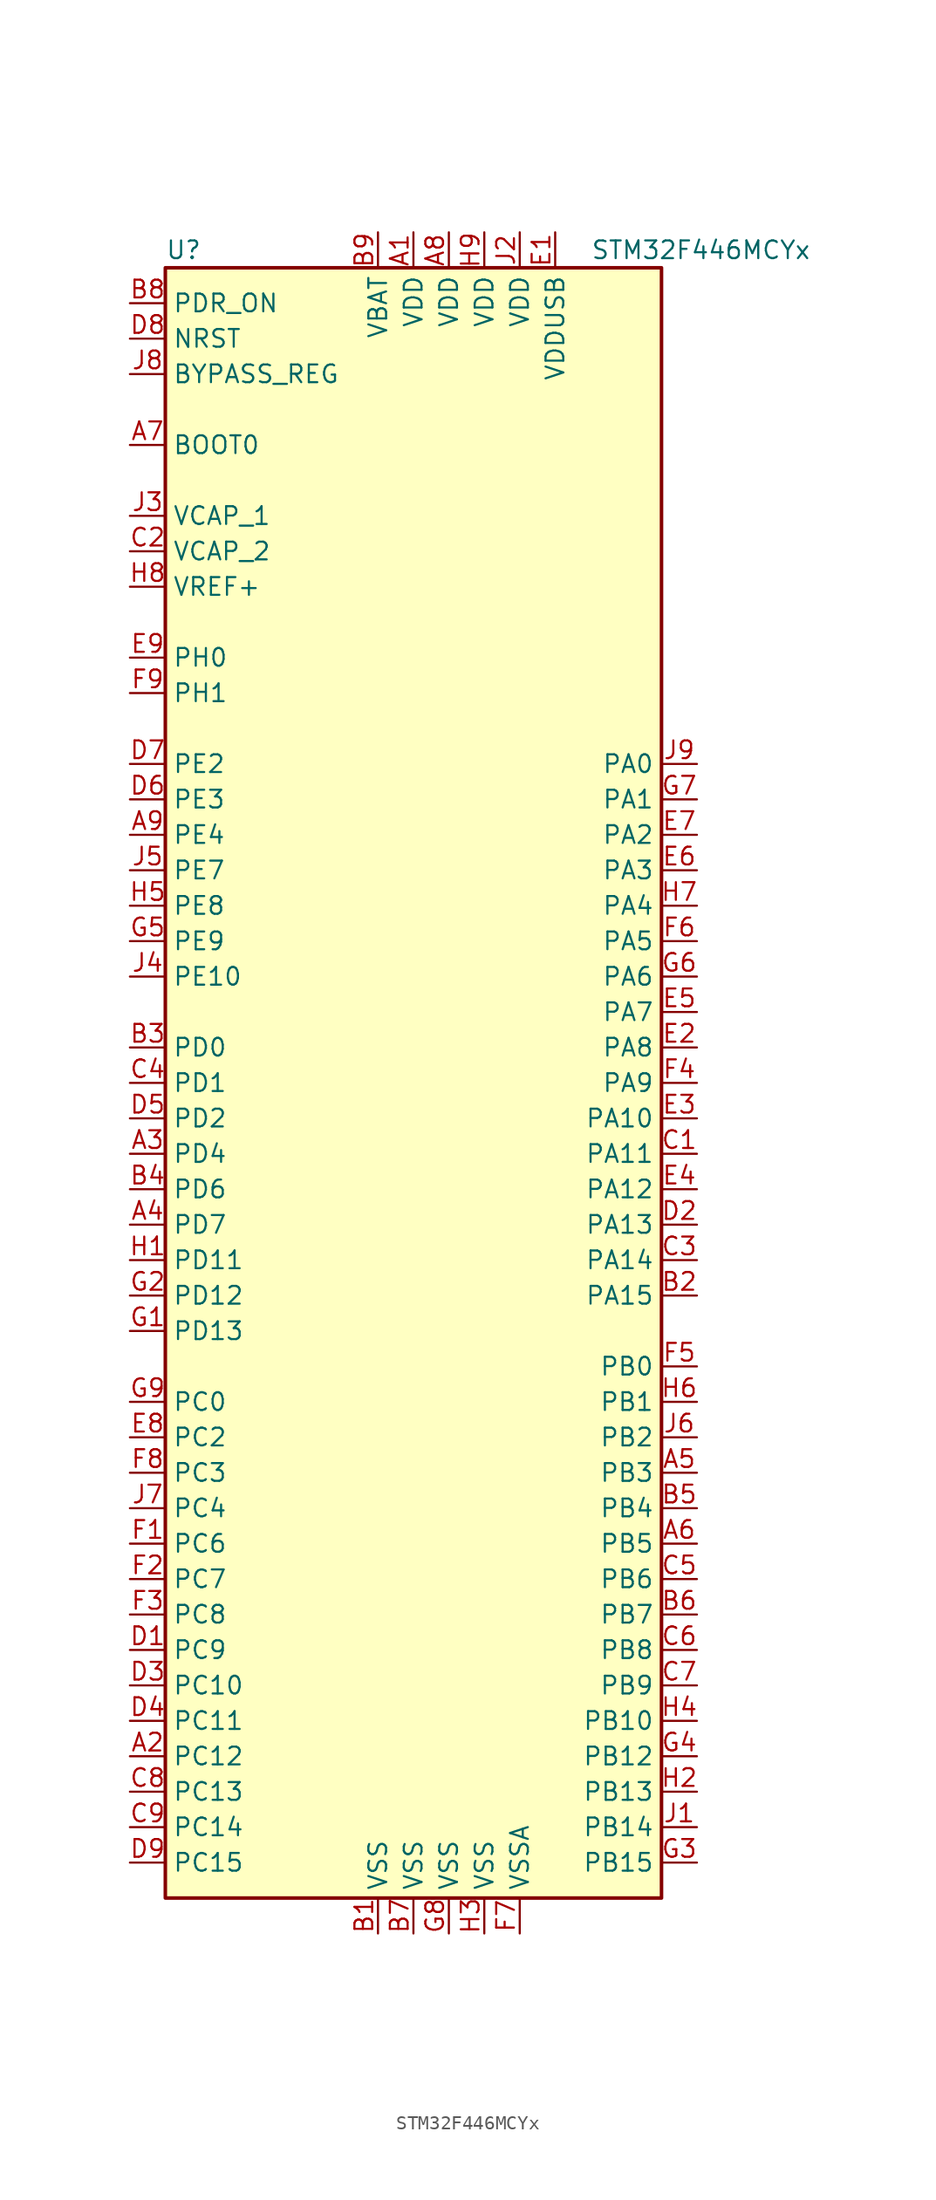
<source format=kicad_sym>
(kicad_symbol_lib
  (version 20201005)
  (generator kicad_symbol_editor)
  (symbol "STM32F446MCYx"
    (property "Reference" "U"
      (at -17.78 59.69 0)
      (effects (font (size 1.27 1.27)) (justify left)))
    (property "Value" "STM32F446MCYx"
      (at 12.7 59.69 0)
      (effects (font (size 1.27 1.27)) (justify left)))
    (symbol "STM32F446MCYx_0_1"
      (rectangle (start -17.78 -58.42) (end 17.78 58.42) (stroke (width 0.254)) (fill (type background))))
    (symbol "STM32F446MCYx_1_1"
      (pin input line (at -20.32 45.72 0) (length 2.54) (name "BOOT0" (effects (font (size 1.27 1.27)))) (number "A7" (effects (font (size 1.27 1.27)))))
      (pin input line (at -20.32 50.8 0) (length 2.54) (name "BYPASS_REG" (effects (font (size 1.27 1.27)))) (number "J8" (effects (font (size 1.27 1.27)))))
      (pin input line (at -20.32 53.34 0) (length 2.54) (name "NRST" (effects (font (size 1.27 1.27)))) (number "D8" (effects (font (size 1.27 1.27)))))
      (pin bidirectional line (at 20.32 22.86 180) (length 2.54) (name "PA0" (effects (font (size 1.27 1.27)))) (number "J9" (effects (font (size 1.27 1.27)))))
      (pin bidirectional line (at 20.32 20.32 180) (length 2.54) (name "PA1" (effects (font (size 1.27 1.27)))) (number "G7" (effects (font (size 1.27 1.27)))))
      (pin bidirectional line (at 20.32 -2.54 180) (length 2.54) (name "PA10" (effects (font (size 1.27 1.27)))) (number "E3" (effects (font (size 1.27 1.27)))))
      (pin bidirectional line (at 20.32 -5.08 180) (length 2.54) (name "PA11" (effects (font (size 1.27 1.27)))) (number "C1" (effects (font (size 1.27 1.27)))))
      (pin bidirectional line (at 20.32 -7.62 180) (length 2.54) (name "PA12" (effects (font (size 1.27 1.27)))) (number "E4" (effects (font (size 1.27 1.27)))))
      (pin bidirectional line (at 20.32 -10.16 180) (length 2.54) (name "PA13" (effects (font (size 1.27 1.27)))) (number "D2" (effects (font (size 1.27 1.27)))))
      (pin bidirectional line (at 20.32 -12.7 180) (length 2.54) (name "PA14" (effects (font (size 1.27 1.27)))) (number "C3" (effects (font (size 1.27 1.27)))))
      (pin bidirectional line (at 20.32 -15.24 180) (length 2.54) (name "PA15" (effects (font (size 1.27 1.27)))) (number "B2" (effects (font (size 1.27 1.27)))))
      (pin bidirectional line (at 20.32 17.78 180) (length 2.54) (name "PA2" (effects (font (size 1.27 1.27)))) (number "E7" (effects (font (size 1.27 1.27)))))
      (pin bidirectional line (at 20.32 15.24 180) (length 2.54) (name "PA3" (effects (font (size 1.27 1.27)))) (number "E6" (effects (font (size 1.27 1.27)))))
      (pin bidirectional line (at 20.32 12.7 180) (length 2.54) (name "PA4" (effects (font (size 1.27 1.27)))) (number "H7" (effects (font (size 1.27 1.27)))))
      (pin bidirectional line (at 20.32 10.16 180) (length 2.54) (name "PA5" (effects (font (size 1.27 1.27)))) (number "F6" (effects (font (size 1.27 1.27)))))
      (pin bidirectional line (at 20.32 7.62 180) (length 2.54) (name "PA6" (effects (font (size 1.27 1.27)))) (number "G6" (effects (font (size 1.27 1.27)))))
      (pin bidirectional line (at 20.32 5.08 180) (length 2.54) (name "PA7" (effects (font (size 1.27 1.27)))) (number "E5" (effects (font (size 1.27 1.27)))))
      (pin bidirectional line (at 20.32 2.54 180) (length 2.54) (name "PA8" (effects (font (size 1.27 1.27)))) (number "E2" (effects (font (size 1.27 1.27)))))
      (pin bidirectional line (at 20.32 0 180) (length 2.54) (name "PA9" (effects (font (size 1.27 1.27)))) (number "F4" (effects (font (size 1.27 1.27)))))
      (pin bidirectional line (at 20.32 -20.32 180) (length 2.54) (name "PB0" (effects (font (size 1.27 1.27)))) (number "F5" (effects (font (size 1.27 1.27)))))
      (pin bidirectional line (at 20.32 -22.86 180) (length 2.54) (name "PB1" (effects (font (size 1.27 1.27)))) (number "H6" (effects (font (size 1.27 1.27)))))
      (pin bidirectional line (at 20.32 -45.72 180) (length 2.54) (name "PB10" (effects (font (size 1.27 1.27)))) (number "H4" (effects (font (size 1.27 1.27)))))
      (pin bidirectional line (at 20.32 -48.26 180) (length 2.54) (name "PB12" (effects (font (size 1.27 1.27)))) (number "G4" (effects (font (size 1.27 1.27)))))
      (pin bidirectional line (at 20.32 -50.8 180) (length 2.54) (name "PB13" (effects (font (size 1.27 1.27)))) (number "H2" (effects (font (size 1.27 1.27)))))
      (pin bidirectional line (at 20.32 -53.34 180) (length 2.54) (name "PB14" (effects (font (size 1.27 1.27)))) (number "J1" (effects (font (size 1.27 1.27)))))
      (pin bidirectional line (at 20.32 -55.88 180) (length 2.54) (name "PB15" (effects (font (size 1.27 1.27)))) (number "G3" (effects (font (size 1.27 1.27)))))
      (pin bidirectional line (at 20.32 -25.4 180) (length 2.54) (name "PB2" (effects (font (size 1.27 1.27)))) (number "J6" (effects (font (size 1.27 1.27)))))
      (pin bidirectional line (at 20.32 -27.94 180) (length 2.54) (name "PB3" (effects (font (size 1.27 1.27)))) (number "A5" (effects (font (size 1.27 1.27)))))
      (pin bidirectional line (at 20.32 -30.48 180) (length 2.54) (name "PB4" (effects (font (size 1.27 1.27)))) (number "B5" (effects (font (size 1.27 1.27)))))
      (pin bidirectional line (at 20.32 -33.02 180) (length 2.54) (name "PB5" (effects (font (size 1.27 1.27)))) (number "A6" (effects (font (size 1.27 1.27)))))
      (pin bidirectional line (at 20.32 -35.56 180) (length 2.54) (name "PB6" (effects (font (size 1.27 1.27)))) (number "C5" (effects (font (size 1.27 1.27)))))
      (pin bidirectional line (at 20.32 -38.1 180) (length 2.54) (name "PB7" (effects (font (size 1.27 1.27)))) (number "B6" (effects (font (size 1.27 1.27)))))
      (pin bidirectional line (at 20.32 -40.64 180) (length 2.54) (name "PB8" (effects (font (size 1.27 1.27)))) (number "C6" (effects (font (size 1.27 1.27)))))
      (pin bidirectional line (at 20.32 -43.18 180) (length 2.54) (name "PB9" (effects (font (size 1.27 1.27)))) (number "C7" (effects (font (size 1.27 1.27)))))
      (pin bidirectional line (at -20.32 -22.86 0) (length 2.54) (name "PC0" (effects (font (size 1.27 1.27)))) (number "G9" (effects (font (size 1.27 1.27)))))
      (pin bidirectional line (at -20.32 -43.18 0) (length 2.54) (name "PC10" (effects (font (size 1.27 1.27)))) (number "D3" (effects (font (size 1.27 1.27)))))
      (pin bidirectional line (at -20.32 -45.72 0) (length 2.54) (name "PC11" (effects (font (size 1.27 1.27)))) (number "D4" (effects (font (size 1.27 1.27)))))
      (pin bidirectional line (at -20.32 -48.26 0) (length 2.54) (name "PC12" (effects (font (size 1.27 1.27)))) (number "A2" (effects (font (size 1.27 1.27)))))
      (pin bidirectional line (at -20.32 -50.8 0) (length 2.54) (name "PC13" (effects (font (size 1.27 1.27)))) (number "C8" (effects (font (size 1.27 1.27)))))
      (pin bidirectional line (at -20.32 -53.34 0) (length 2.54) (name "PC14" (effects (font (size 1.27 1.27)))) (number "C9" (effects (font (size 1.27 1.27)))))
      (pin bidirectional line (at -20.32 -55.88 0) (length 2.54) (name "PC15" (effects (font (size 1.27 1.27)))) (number "D9" (effects (font (size 1.27 1.27)))))
      (pin bidirectional line (at -20.32 -25.4 0) (length 2.54) (name "PC2" (effects (font (size 1.27 1.27)))) (number "E8" (effects (font (size 1.27 1.27)))))
      (pin bidirectional line (at -20.32 -27.94 0) (length 2.54) (name "PC3" (effects (font (size 1.27 1.27)))) (number "F8" (effects (font (size 1.27 1.27)))))
      (pin bidirectional line (at -20.32 -30.48 0) (length 2.54) (name "PC4" (effects (font (size 1.27 1.27)))) (number "J7" (effects (font (size 1.27 1.27)))))
      (pin bidirectional line (at -20.32 -33.02 0) (length 2.54) (name "PC6" (effects (font (size 1.27 1.27)))) (number "F1" (effects (font (size 1.27 1.27)))))
      (pin bidirectional line (at -20.32 -35.56 0) (length 2.54) (name "PC7" (effects (font (size 1.27 1.27)))) (number "F2" (effects (font (size 1.27 1.27)))))
      (pin bidirectional line (at -20.32 -38.1 0) (length 2.54) (name "PC8" (effects (font (size 1.27 1.27)))) (number "F3" (effects (font (size 1.27 1.27)))))
      (pin bidirectional line (at -20.32 -40.64 0) (length 2.54) (name "PC9" (effects (font (size 1.27 1.27)))) (number "D1" (effects (font (size 1.27 1.27)))))
      (pin bidirectional line (at -20.32 2.54 0) (length 2.54) (name "PD0" (effects (font (size 1.27 1.27)))) (number "B3" (effects (font (size 1.27 1.27)))))
      (pin bidirectional line (at -20.32 0 0) (length 2.54) (name "PD1" (effects (font (size 1.27 1.27)))) (number "C4" (effects (font (size 1.27 1.27)))))
      (pin bidirectional line (at -20.32 -12.7 0) (length 2.54) (name "PD11" (effects (font (size 1.27 1.27)))) (number "H1" (effects (font (size 1.27 1.27)))))
      (pin bidirectional line (at -20.32 -15.24 0) (length 2.54) (name "PD12" (effects (font (size 1.27 1.27)))) (number "G2" (effects (font (size 1.27 1.27)))))
      (pin bidirectional line (at -20.32 -17.78 0) (length 2.54) (name "PD13" (effects (font (size 1.27 1.27)))) (number "G1" (effects (font (size 1.27 1.27)))))
      (pin bidirectional line (at -20.32 -2.54 0) (length 2.54) (name "PD2" (effects (font (size 1.27 1.27)))) (number "D5" (effects (font (size 1.27 1.27)))))
      (pin bidirectional line (at -20.32 -5.08 0) (length 2.54) (name "PD4" (effects (font (size 1.27 1.27)))) (number "A3" (effects (font (size 1.27 1.27)))))
      (pin bidirectional line (at -20.32 -7.62 0) (length 2.54) (name "PD6" (effects (font (size 1.27 1.27)))) (number "B4" (effects (font (size 1.27 1.27)))))
      (pin bidirectional line (at -20.32 -10.16 0) (length 2.54) (name "PD7" (effects (font (size 1.27 1.27)))) (number "A4" (effects (font (size 1.27 1.27)))))
      (pin input line (at -20.32 55.88 0) (length 2.54) (name "PDR_ON" (effects (font (size 1.27 1.27)))) (number "B8" (effects (font (size 1.27 1.27)))))
      (pin bidirectional line (at -20.32 7.62 0) (length 2.54) (name "PE10" (effects (font (size 1.27 1.27)))) (number "J4" (effects (font (size 1.27 1.27)))))
      (pin bidirectional line (at -20.32 22.86 0) (length 2.54) (name "PE2" (effects (font (size 1.27 1.27)))) (number "D7" (effects (font (size 1.27 1.27)))))
      (pin bidirectional line (at -20.32 20.32 0) (length 2.54) (name "PE3" (effects (font (size 1.27 1.27)))) (number "D6" (effects (font (size 1.27 1.27)))))
      (pin bidirectional line (at -20.32 17.78 0) (length 2.54) (name "PE4" (effects (font (size 1.27 1.27)))) (number "A9" (effects (font (size 1.27 1.27)))))
      (pin bidirectional line (at -20.32 15.24 0) (length 2.54) (name "PE7" (effects (font (size 1.27 1.27)))) (number "J5" (effects (font (size 1.27 1.27)))))
      (pin bidirectional line (at -20.32 12.7 0) (length 2.54) (name "PE8" (effects (font (size 1.27 1.27)))) (number "H5" (effects (font (size 1.27 1.27)))))
      (pin bidirectional line (at -20.32 10.16 0) (length 2.54) (name "PE9" (effects (font (size 1.27 1.27)))) (number "G5" (effects (font (size 1.27 1.27)))))
      (pin input line (at -20.32 30.48 0) (length 2.54) (name "PH0" (effects (font (size 1.27 1.27)))) (number "E9" (effects (font (size 1.27 1.27)))))
      (pin input line (at -20.32 27.94 0) (length 2.54) (name "PH1" (effects (font (size 1.27 1.27)))) (number "F9" (effects (font (size 1.27 1.27)))))
      (pin power_in line (at -2.54 60.96 270) (length 2.54) (name "VBAT" (effects (font (size 1.27 1.27)))) (number "B9" (effects (font (size 1.27 1.27)))))
      (pin power_in line (at -20.32 40.64 0) (length 2.54) (name "VCAP_1" (effects (font (size 1.27 1.27)))) (number "J3" (effects (font (size 1.27 1.27)))))
      (pin power_in line (at -20.32 38.1 0) (length 2.54) (name "VCAP_2" (effects (font (size 1.27 1.27)))) (number "C2" (effects (font (size 1.27 1.27)))))
      (pin power_in line (at 0 60.96 270) (length 2.54) (name "VDD" (effects (font (size 1.27 1.27)))) (number "A1" (effects (font (size 1.27 1.27)))))
      (pin power_in line (at 2.54 60.96 270) (length 2.54) (name "VDD" (effects (font (size 1.27 1.27)))) (number "A8" (effects (font (size 1.27 1.27)))))
      (pin power_in line (at 5.08 60.96 270) (length 2.54) (name "VDD" (effects (font (size 1.27 1.27)))) (number "H9" (effects (font (size 1.27 1.27)))))
      (pin power_in line (at 7.62 60.96 270) (length 2.54) (name "VDD" (effects (font (size 1.27 1.27)))) (number "J2" (effects (font (size 1.27 1.27)))))
      (pin power_in line (at 10.16 60.96 270) (length 2.54) (name "VDDUSB" (effects (font (size 1.27 1.27)))) (number "E1" (effects (font (size 1.27 1.27)))))
      (pin power_in line (at -20.32 35.56 0) (length 2.54) (name "VREF+" (effects (font (size 1.27 1.27)))) (number "H8" (effects (font (size 1.27 1.27)))))
      (pin power_in line (at -2.54 -60.96 90) (length 2.54) (name "VSS" (effects (font (size 1.27 1.27)))) (number "B1" (effects (font (size 1.27 1.27)))))
      (pin power_in line (at 0 -60.96 90) (length 2.54) (name "VSS" (effects (font (size 1.27 1.27)))) (number "B7" (effects (font (size 1.27 1.27)))))
      (pin power_in line (at 2.54 -60.96 90) (length 2.54) (name "VSS" (effects (font (size 1.27 1.27)))) (number "G8" (effects (font (size 1.27 1.27)))))
      (pin power_in line (at 5.08 -60.96 90) (length 2.54) (name "VSS" (effects (font (size 1.27 1.27)))) (number "H3" (effects (font (size 1.27 1.27)))))
      (pin power_in line (at 7.62 -60.96 90) (length 2.54) (name "VSSA" (effects (font (size 1.27 1.27)))) (number "F7" (effects (font (size 1.27 1.27))))))))
</source>
